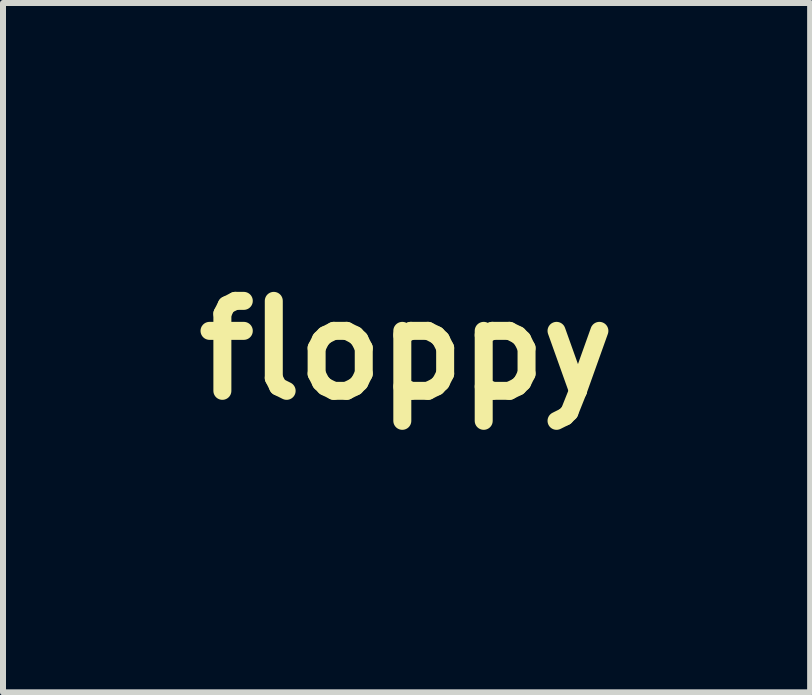
<source format=kicad_pcb>
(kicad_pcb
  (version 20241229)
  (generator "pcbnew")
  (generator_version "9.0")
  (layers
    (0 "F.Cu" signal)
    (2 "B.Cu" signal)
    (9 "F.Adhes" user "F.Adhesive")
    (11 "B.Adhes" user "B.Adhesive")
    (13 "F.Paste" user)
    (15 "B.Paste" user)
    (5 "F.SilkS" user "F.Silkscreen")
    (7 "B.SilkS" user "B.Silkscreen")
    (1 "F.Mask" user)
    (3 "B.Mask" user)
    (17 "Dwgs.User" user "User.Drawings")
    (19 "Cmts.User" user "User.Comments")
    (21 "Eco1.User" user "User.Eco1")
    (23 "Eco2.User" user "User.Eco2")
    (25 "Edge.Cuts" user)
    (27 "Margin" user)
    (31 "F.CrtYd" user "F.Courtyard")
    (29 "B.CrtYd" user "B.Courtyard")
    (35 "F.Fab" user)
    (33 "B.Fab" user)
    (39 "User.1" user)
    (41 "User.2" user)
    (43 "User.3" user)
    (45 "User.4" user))
  (footprint "floppy"
    (layer "F.Cu")
    (at 3.729 2.788)
    (property "Reference" "floppy" (at 0 0 0) (layer "F.SilkS") (effects (font (size 1.5 1.5) (thickness 0.3))))
    (attr board_only exclude_from_pos_files exclude_from_bom)
    (fp_poly (pts (xy -2.523 -2.733) (xy -2.526 -2.73) (xy -2.53 -2.733) (xy -2.526 -2.737)) (stroke (width 0) (type solid)) (fill yes) (layer "F.Mask"))
    (fp_poly (pts (xy -2.466 1.351) (xy -2.469 1.354) (xy -2.473 1.351) (xy -2.469 1.347)) (stroke (width 0) (type solid)) (fill yes) (layer "F.Mask"))
    (fp_poly (pts (xy -2.789 -0.486) (xy -2.788 -0.472) (xy -2.789 -0.469) (xy -2.792 -0.468) (xy -2.793 -0.477) (xy -2.791 -0.488)) (stroke (width 0) (type solid)) (fill yes) (layer "F.Mask"))
    (fp_poly (pts (xy -2.76 -0.636) (xy -2.759 -0.624) (xy -2.761 -0.622) (xy -2.764 -0.624) (xy -2.765 -0.631) (xy -2.763 -0.639)) (stroke (width 0) (type solid)) (fill yes) (layer "F.Mask"))
    (fp_poly (pts (xy -2.753 -0.672) (xy -2.752 -0.657) (xy -2.753 -0.654) (xy -2.756 -0.653) (xy -2.757 -0.663) (xy -2.756 -0.673)) (stroke (width 0) (type solid)) (fill yes) (layer "F.Mask"))
    (fp_poly (pts (xy -2.511 1.264) (xy -2.51 1.272) (xy -2.511 1.273) (xy -2.515 1.272) (xy -2.516 1.269) (xy -2.513 1.263)) (stroke (width 0) (type solid)) (fill yes) (layer "F.Mask"))
    (fp_poly (pts (xy 2.998 -0.881) (xy 2.999 -0.873) (xy 2.998 -0.872) (xy 2.994 -0.873) (xy 2.993 -0.877) (xy 2.996 -0.882)) (stroke (width 0) (type solid)) (fill yes) (layer "F.Mask"))
    (fp_poly (pts (xy -2.557 1.174) (xy -2.551 1.183) (xy -2.547 1.194) (xy -2.547 1.197) (xy -2.553 1.192) (xy -2.559 1.183) (xy -2.563 1.172) (xy -2.563 1.169)) (stroke (width 0) (type solid)) (fill yes) (layer "F.Mask"))
    (fp_poly (pts (xy -2.766 -0.607) (xy -2.765 -0.594) (xy -2.768 -0.576) (xy -2.773 -0.563) (xy -2.777 -0.56) (xy -2.777 -0.569) (xy -2.775 -0.581) (xy -2.771 -0.603) (xy -2.768 -0.612)) (stroke (width 0) (type solid)) (fill yes) (layer "F.Mask"))
    (fp_poly (pts (xy -2.538 1.211) (xy -2.533 1.221) (xy -2.526 1.236) (xy -2.525 1.244) (xy -2.525 1.244) (xy -2.529 1.241) (xy -2.536 1.229) (xy -2.543 1.212) (xy -2.543 1.206)) (stroke (width 0) (type solid)) (fill yes) (layer "F.Mask"))
    (fp_poly (pts (xy -2.776 -0.543) (xy -2.777 -0.528) (xy -2.777 -0.526) (xy -2.781 -0.506) (xy -2.785 -0.5) (xy -2.786 -0.508) (xy -2.787 -0.519) (xy -2.785 -0.536) (xy -2.78 -0.545) (xy -2.78 -0.545)) (stroke (width 0) (type solid)) (fill yes) (layer "F.Mask"))
    (fp_poly (pts (xy -2.794 -0.448) (xy -2.796 -0.425) (xy -2.796 -0.417) (xy -2.809 -0.28) (xy -2.815 -0.142) (xy -2.817 -0.006) (xy -2.814 0.125) (xy -2.805 0.248) (xy -2.793 0.346) (xy -2.777 0.448) (xy -2.76 0.543) (xy -2.742 0.629) (xy -2.723 0.704) (xy -2.712 0.741) (xy -2.705 0.764) (xy -2.696 0.795) (xy -2.687 0.826) (xy -2.687 0.827) (xy -2.678 0.855) (xy -2.665 0.893) (xy -2.649 0.936) (xy -2.633 0.982) (xy -2.616 1.027) (xy -2.6 1.067) (xy -2.587 1.1) (xy -2.579 1.118) (xy -2.571 1.138) (xy -2.568 1.153) (xy -2.568 1.157) (xy -2.572 1.158) (xy -2.577 1.151) (xy -2.581 1.14) (xy -2.59 1.118) (xy -2.603 1.088) (xy -2.617 1.054) (xy -2.623 1.041) (xy -2.672 0.915) (xy -2.714 0.788) (xy -2.75 0.656) (xy -2.781 0.516) (xy -2.806 0.365) (xy -2.813 0.321) (xy -2.818 0.278) (xy -2.821 0.223) (xy -2.824 0.16) (xy -2.826 0.09) (xy -2.826 0.016) (xy -2.826 -0.059) (xy -2.825 -0.133) (xy -2.823 -0.202) (xy -2.82 -0.266) (xy -2.817 -0.32) (xy -2.813 -0.356) (xy -2.807 -0.393) (xy -2.802 -0.423) (xy -2.798 -0.444) (xy -2.795 -0.456) (xy -2.794 -0.458)) (stroke (width 0) (type solid)) (fill yes) (layer "F.Mask"))
    (fp_poly (pts (xy 0.002 -2.788) (xy 0.062 -2.788) (xy 0.121 -2.786) (xy 0.177 -2.785) (xy 0.228 -2.783) (xy 0.273 -2.78) (xy 0.31 -2.777) (xy 0.335 -2.773) (xy 0.349 -2.769) (xy 0.358 -2.767) (xy 0.378 -2.763) (xy 0.406 -2.759) (xy 0.439 -2.754) (xy 0.474 -2.75) (xy 0.508 -2.746) (xy 0.537 -2.742) (xy 0.559 -2.74) (xy 0.561 -2.74) (xy 0.58 -2.737) (xy 0.593 -2.732) (xy 0.607 -2.727) (xy 0.624 -2.724) (xy 0.646 -2.72) (xy 0.663 -2.715) (xy 0.68 -2.71) (xy 0.704 -2.705) (xy 0.723 -2.701) (xy 0.746 -2.697) (xy 0.763 -2.692) (xy 0.769 -2.688) (xy 0.779 -2.683) (xy 0.798 -2.676) (xy 0.825 -2.669) (xy 0.855 -2.662) (xy 0.877 -2.658) (xy 0.912 -2.651) (xy 0.936 -2.645) (xy 0.949 -2.639) (xy 0.952 -2.636) (xy 0.961 -2.632) (xy 0.978 -2.63) (xy 0.981 -2.63) (xy 1 -2.627) (xy 1.009 -2.619) (xy 1.01 -2.616) (xy 1.016 -2.608) (xy 1.03 -2.602) (xy 1.052 -2.599) (xy 1.081 -2.593) (xy 1.113 -2.583) (xy 1.129 -2.576) (xy 1.151 -2.567) (xy 1.169 -2.56) (xy 1.177 -2.558) (xy 1.188 -2.554) (xy 1.206 -2.545) (xy 1.219 -2.537) (xy 1.239 -2.525) (xy 1.267 -2.509) (xy 1.3 -2.492) (xy 1.322 -2.48) (xy 1.362 -2.46) (xy 1.393 -2.443) (xy 1.421 -2.428) (xy 1.449 -2.41) (xy 1.479 -2.391) (xy 1.506 -2.374) (xy 1.536 -2.355) (xy 1.554 -2.344) (xy 1.58 -2.328) (xy 1.605 -2.31) (xy 1.618 -2.299) (xy 1.644 -2.277) (xy 1.663 -2.262) (xy 1.678 -2.252) (xy 1.693 -2.243) (xy 1.702 -2.238) (xy 1.72 -2.226) (xy 1.732 -2.214) (xy 1.734 -2.21) (xy 1.743 -2.196) (xy 1.754 -2.189) (xy 1.768 -2.181) (xy 1.789 -2.167) (xy 1.814 -2.148) (xy 1.84 -2.127) (xy 1.862 -2.108) (xy 1.878 -2.093) (xy 1.892 -2.079) (xy 1.911 -2.061) (xy 1.921 -2.052) (xy 1.942 -2.031) (xy 1.97 -2.004) (xy 2 -1.973) (xy 2.032 -1.94) (xy 2.063 -1.907) (xy 2.089 -1.879) (xy 2.109 -1.856) (xy 2.117 -1.846) (xy 2.134 -1.826) (xy 2.149 -1.807) (xy 2.156 -1.8) (xy 2.169 -1.784) (xy 2.187 -1.762) (xy 2.208 -1.736) (xy 2.228 -1.71) (xy 2.245 -1.689) (xy 2.252 -1.678) (xy 2.261 -1.665) (xy 2.275 -1.644) (xy 2.294 -1.616) (xy 2.315 -1.584) (xy 2.337 -1.551) (xy 2.358 -1.519) (xy 2.375 -1.492) (xy 2.388 -1.472) (xy 2.391 -1.468) (xy 2.414 -1.43) (xy 2.442 -1.379) (xy 2.475 -1.315) (xy 2.513 -1.238) (xy 2.555 -1.151) (xy 2.572 -1.113) (xy 2.591 -1.066) (xy 2.611 -1.014) (xy 2.631 -0.959) (xy 2.649 -0.906) (xy 2.665 -0.858) (xy 2.676 -0.82) (xy 2.677 -0.816) (xy 2.685 -0.784) (xy 2.694 -0.751) (xy 2.698 -0.734) (xy 2.71 -0.689) (xy 2.721 -0.637) (xy 2.733 -0.581) (xy 2.744 -0.524) (xy 2.753 -0.468) (xy 2.761 -0.416) (xy 2.767 -0.37) (xy 2.771 -0.334) (xy 2.772 -0.31) (xy 2.774 -0.283) (xy 2.778 -0.255) (xy 2.779 -0.253) (xy 2.781 -0.238) (xy 2.783 -0.212) (xy 2.785 -0.177) (xy 2.786 -0.137) (xy 2.787 -0.093) (xy 2.788 -0.05) (xy 2.788 -0.01) (xy 2.787 0.024) (xy 2.786 0.046) (xy 2.785 0.07) (xy 2.785 0.087) (xy 2.783 0.102) (xy 2.778 0.107) (xy 2.775 0.114) (xy 2.773 0.132) (xy 2.772 0.159) (xy 2.772 0.169) (xy 2.773 0.204) (xy 2.773 0.23) (xy 2.771 0.249) (xy 2.768 0.267) (xy 2.764 0.289) (xy 2.761 0.302) (xy 2.756 0.328) (xy 2.754 0.352) (xy 2.755 0.364) (xy 2.755 0.386) (xy 2.748 0.396) (xy 2.74 0.407) (xy 2.737 0.416) (xy 2.741 0.418) (xy 2.744 0.417) (xy 2.748 0.418) (xy 2.746 0.426) (xy 2.739 0.438) (xy 2.732 0.448) (xy 2.726 0.46) (xy 2.722 0.481) (xy 2.721 0.487) (xy 2.719 0.518) (xy 2.717 0.538) (xy 2.715 0.543) (xy 2.713 0.555) (xy 2.713 0.555) (xy 2.707 0.566) (xy 2.706 0.567) (xy 2.702 0.578) (xy 2.701 0.588) (xy 2.697 0.606) (xy 2.691 0.617) (xy 2.684 0.634) (xy 2.684 0.646) (xy 2.682 0.663) (xy 2.676 0.672) (xy 2.668 0.689) (xy 2.669 0.698) (xy 2.669 0.714) (xy 2.662 0.734) (xy 2.661 0.736) (xy 2.649 0.76) (xy 2.641 0.776) (xy 2.638 0.787) (xy 2.637 0.798) (xy 2.637 0.801) (xy 2.633 0.819) (xy 2.626 0.829) (xy 2.617 0.844) (xy 2.611 0.864) (xy 2.611 0.864) (xy 2.606 0.882) (xy 2.601 0.894) (xy 2.601 0.895) (xy 2.596 0.905) (xy 2.59 0.925) (xy 2.587 0.937) (xy 2.58 0.959) (xy 2.573 0.976) (xy 2.569 0.98) (xy 2.562 0.991) (xy 2.554 1.01) (xy 2.549 1.023) (xy 2.539 1.053) (xy 2.528 1.081) (xy 2.517 1.105) (xy 2.508 1.121) (xy 2.502 1.126) (xy 2.496 1.132) (xy 2.489 1.147) (xy 2.487 1.153) (xy 2.479 1.174) (xy 2.47 1.192) (xy 2.468 1.194) (xy 2.461 1.21) (xy 2.459 1.22) (xy 2.456 1.231) (xy 2.453 1.233) (xy 2.447 1.239) (xy 2.438 1.254) (xy 2.434 1.262) (xy 2.42 1.286) (xy 2.404 1.306) (xy 2.4 1.31) (xy 2.387 1.325) (xy 2.381 1.338) (xy 2.38 1.339) (xy 2.376 1.352) (xy 2.366 1.365) (xy 2.355 1.383) (xy 2.35 1.399) (xy 2.346 1.414) (xy 2.34 1.421) (xy 2.332 1.429) (xy 2.322 1.445) (xy 2.319 1.452) (xy 2.305 1.475) (xy 2.287 1.498) (xy 2.283 1.502) (xy 2.268 1.519) (xy 2.257 1.536) (xy 2.255 1.541) (xy 2.248 1.554) (xy 2.234 1.574) (xy 2.216 1.596) (xy 2.215 1.597) (xy 2.199 1.617) (xy 2.186 1.633) (xy 2.181 1.643) (xy 2.181 1.643) (xy 2.175 1.652) (xy 2.167 1.659) (xy 2.155 1.67) (xy 2.152 1.678) (xy 2.146 1.688) (xy 2.14 1.692) (xy 2.128 1.701) (xy 2.116 1.717) (xy 2.114 1.721) (xy 2.104 1.737) (xy 2.096 1.746) (xy 2.095 1.746) (xy 2.089 1.751) (xy 2.076 1.765) (xy 2.059 1.786) (xy 2.048 1.8) (xy 2.03 1.823) (xy 2.014 1.841) (xy 2.004 1.851) (xy 2.001 1.853) (xy 1.994 1.858) (xy 1.98 1.871) (xy 1.958 1.891) (xy 1.932 1.916) (xy 1.911 1.937) (xy 1.859 1.986) (xy 1.811 2.029) (xy 1.763 2.069) (xy 1.711 2.108) (xy 1.695 2.121) (xy 1.676 2.138) (xy 1.672 2.141) (xy 1.653 2.158) (xy 1.629 2.176) (xy 1.604 2.194) (xy 1.58 2.209) (xy 1.562 2.22) (xy 1.552 2.224) (xy 1.541 2.229) (xy 1.527 2.241) (xy 1.526 2.241) (xy 1.513 2.254) (xy 1.503 2.259) (xy 1.503 2.259) (xy 1.494 2.263) (xy 1.476 2.272) (xy 1.452 2.285) (xy 1.424 2.3) (xy 1.397 2.316) (xy 1.371 2.331) (xy 1.352 2.343) (xy 1.341 2.351) (xy 1.34 2.352) (xy 1.332 2.357) (xy 1.315 2.366) (xy 1.301 2.373) (xy 1.28 2.383) (xy 1.266 2.392) (xy 1.261 2.395) (xy 1.253 2.4) (xy 1.237 2.409) (xy 1.229 2.412) (xy 1.206 2.423) (xy 1.178 2.436) (xy 1.165 2.442) (xy 1.143 2.451) (xy 1.127 2.457) (xy 1.12 2.459) (xy 1.109 2.463) (xy 1.103 2.469) (xy 1.092 2.475) (xy 1.071 2.485) (xy 1.045 2.495) (xy 1.037 2.497) (xy 1.006 2.508) (xy 0.975 2.52) (xy 0.952 2.529) (xy 0.95 2.53) (xy 0.928 2.539) (xy 0.909 2.544) (xy 0.903 2.544) (xy 0.886 2.548) (xy 0.867 2.558) (xy 0.866 2.559) (xy 0.847 2.568) (xy 0.831 2.573) (xy 0.83 2.573) (xy 0.813 2.576) (xy 0.787 2.583) (xy 0.758 2.593) (xy 0.731 2.604) (xy 0.731 2.605) (xy 0.709 2.612) (xy 0.684 2.617) (xy 0.678 2.618) (xy 0.657 2.622) (xy 0.64 2.628) (xy 0.637 2.63) (xy 0.622 2.635) (xy 0.601 2.635) (xy 0.569 2.636) (xy 0.55 2.641) (xy 0.525 2.649) (xy 0.498 2.654) (xy 0.492 2.655) (xy 0.469 2.657) (xy 0.439 2.662) (xy 0.406 2.667) (xy 0.399 2.668) (xy 0.361 2.674) (xy 0.318 2.678) (xy 0.278 2.681) (xy 0.274 2.681) (xy 0.245 2.682) (xy 0.222 2.685) (xy 0.208 2.688) (xy 0.206 2.689) (xy 0.196 2.693) (xy 0.178 2.697) (xy 0.163 2.698) (xy 0.132 2.7) (xy 0.098 2.703) (xy 0.088 2.704) (xy 0.066 2.705) (xy 0.051 2.704) (xy 0.048 2.704) (xy 0.04 2.702) (xy 0.021 2.701) (xy -0.008 2.7) (xy -0.044 2.698) (xy -0.072 2.697) (xy -0.118 2.696) (xy -0.165 2.694) (xy -0.209 2.693) (xy -0.245 2.691) (xy -0.257 2.691) (xy -0.289 2.689) (xy -0.318 2.686) (xy -0.34 2.682) (xy -0.346 2.68) (xy -0.374 2.671) (xy -0.407 2.665) (xy -0.444 2.663) (xy -0.463 2.661) (xy -0.476 2.658) (xy -0.477 2.656) (xy -0.483 2.653) (xy -0.491 2.655) (xy -0.506 2.655) (xy -0.528 2.651) (xy -0.54 2.647) (xy -0.563 2.64) (xy -0.584 2.636) (xy -0.592 2.635) (xy -0.605 2.633) (xy -0.335 2.633) (xy -0.331 2.637) (xy -0.328 2.633) (xy -0.331 2.63) (xy -0.335 2.633) (xy -0.605 2.633) (xy -0.609 2.633) (xy -0.617 2.629) (xy -0.629 2.624) (xy -0.649 2.62) (xy -0.664 2.618) (xy -0.692 2.613) (xy -0.719 2.605) (xy -0.52 2.605) (xy -0.517 2.608) (xy -0.516 2.608) (xy -0.057 2.608) (xy -0.052 2.615) (xy -0.05 2.616) (xy -0.043 2.613) (xy -0.043 2.612) (xy -0.044 2.611) (xy 0.024 2.611) (xy 0.025 2.615) (xy 0.029 2.616) (xy 0.034 2.613) (xy 0.033 2.611) (xy 0.025 2.61) (xy 0.024 2.611) (xy -0.044 2.611) (xy -0.048 2.606) (xy -0.05 2.605) (xy -0.056 2.605) (xy -0.057 2.608) (xy -0.516 2.608) (xy -0.513 2.605) (xy -0.517 2.601) (xy -0.52 2.605) (xy -0.719 2.605) (xy -0.719 2.605) (xy -0.729 2.6) (xy -0.751 2.592) (xy -0.763 2.591) (xy 0.399 2.591) (xy 0.403 2.594) (xy 0.406 2.591) (xy 0.403 2.587) (xy 0.399 2.591) (xy -0.763 2.591) (xy -0.768 2.59) (xy -0.77 2.591) (xy -0.781 2.591) (xy -0.784 2.588) (xy -0.79 2.582) (xy -0.792 2.582) (xy -0.66 2.582) (xy -0.659 2.587) (xy -0.656 2.587) (xy -0.65 2.584) (xy -0.651 2.582) (xy -0.659 2.581) (xy -0.66 2.582) (xy -0.792 2.582) (xy -0.8 2.582) (xy -0.813 2.58) (xy -0.816 2.57) (xy -0.816 2.569) (xy 0.477 2.569) (xy 0.481 2.573) (xy 0.485 2.569) (xy 0.481 2.566) (xy 0.477 2.569) (xy -0.816 2.569) (xy -0.822 2.558) (xy -0.755 2.558) (xy -0.75 2.565) (xy -0.748 2.566) (xy -0.741 2.563) (xy -0.741 2.563) (xy -0.742 2.562) (xy -0.535 2.562) (xy -0.531 2.566) (xy -0.527 2.562) (xy -0.531 2.559) (xy -0.535 2.562) (xy -0.742 2.562) (xy -0.746 2.556) (xy -0.748 2.555) (xy -0.755 2.556) (xy -0.755 2.558) (xy -0.822 2.558) (xy -0.823 2.557) (xy -0.835 2.551) (xy -0.848 2.549) (xy -0.851 2.553) (xy -0.85 2.557) (xy -0.849 2.563) (xy -0.856 2.565) (xy -0.873 2.563) (xy -0.881 2.562) (xy -0.902 2.558) (xy -0.917 2.553) (xy -0.92 2.55) (xy -0.929 2.546) (xy -0.932 2.547) (xy -0.942 2.546) (xy -0.947 2.541) (xy -0.95 2.54) (xy -0.689 2.54) (xy -0.688 2.544) (xy -0.684 2.544) (xy -0.678 2.542) (xy -0.679 2.54) (xy -0.688 2.539) (xy -0.689 2.54) (xy -0.95 2.54) (xy -0.96 2.533) (xy -0.961 2.532) (xy -0.91 2.532) (xy -0.909 2.537) (xy -0.905 2.537) (xy -0.899 2.535) (xy -0.9 2.532) (xy -0.909 2.532) (xy -0.91 2.532) (xy -0.961 2.532) (xy -0.975 2.528) (xy -0.979 2.526) (xy -0.862 2.526) (xy -0.859 2.53) (xy -0.777 2.53) (xy -0.774 2.537) (xy -0.774 2.537) (xy -0.768 2.532) (xy -0.766 2.53) (xy -0.767 2.523) (xy -0.769 2.523) (xy -0.777 2.528) (xy -0.777 2.53) (xy -0.859 2.53) (xy -0.855 2.526) (xy -0.859 2.523) (xy -0.862 2.526) (xy -0.979 2.526) (xy -0.993 2.521) (xy -0.997 2.519) (xy -0.934 2.519) (xy -0.93 2.523) (xy -0.926 2.519) (xy -0.93 2.516) (xy -0.934 2.519) (xy -0.997 2.519) (xy -1.015 2.51) (xy -1.022 2.505) (xy -1.022 2.505) (xy -0.891 2.505) (xy -0.887 2.509) (xy -0.884 2.505) (xy -0.887 2.502) (xy -0.891 2.505) (xy -1.022 2.505) (xy -1.036 2.498) (xy -1.005 2.498) (xy -1.001 2.502) (xy -0.998 2.498) (xy -1.001 2.494) (xy -1.005 2.498) (xy -1.036 2.498) (xy -1.047 2.492) (xy -1.075 2.484) (xy -1.082 2.482) (xy -1.114 2.476) (xy -1.141 2.465) (xy -1.155 2.455) (xy -1.033 2.455) (xy -1.03 2.459) (xy -1.026 2.455) (xy -1.03 2.452) (xy -1.033 2.455) (xy -1.155 2.455) (xy -1.16 2.452) (xy -1.163 2.448) (xy -1.133 2.448) (xy -1.13 2.452) (xy -1.126 2.448) (xy -1.09 2.448) (xy -1.087 2.452) (xy -1.083 2.448) (xy -1.087 2.445) (xy -1.09 2.448) (xy -1.126 2.448) (xy -1.13 2.445) (xy -1.133 2.448) (xy -1.163 2.448) (xy -1.164 2.447) (xy -1.172 2.441) (xy 0.926 2.441) (xy 0.93 2.445) (xy 0.934 2.441) (xy 0.93 2.437) (xy 0.926 2.441) (xy -1.172 2.441) (xy -1.175 2.439) (xy -1.185 2.437) (xy -1.2 2.434) (xy -1.201 2.434) (xy -1.162 2.434) (xy -1.158 2.437) (xy -1.155 2.434) (xy -1.158 2.43) (xy -1.162 2.434) (xy -1.201 2.434) (xy -1.222 2.425) (xy -1.233 2.42) (xy -1.257 2.407) (xy -1.267 2.402) (xy -1.197 2.402) (xy -1.194 2.413) (xy -1.19 2.416) (xy -1.184 2.41) (xy -1.183 2.402) (xy -1.186 2.39) (xy -1.186 2.39) (xy 1.071 2.39) (xy 1.072 2.394) (xy 1.076 2.395) (xy 1.082 2.392) (xy 1.081 2.39) (xy 1.072 2.389) (xy 1.071 2.39) (xy -1.186 2.39) (xy -1.19 2.387) (xy -1.196 2.393) (xy -1.197 2.402) (xy -1.267 2.402) (xy -1.28 2.395) (xy -1.287 2.392) (xy -1.304 2.381) (xy -1.313 2.371) (xy -1.314 2.37) (xy -1.316 2.368) (xy -1.216 2.368) (xy -1.215 2.373) (xy -1.212 2.373) (xy -1.206 2.371) (xy -1.207 2.368) (xy -1.215 2.368) (xy -1.216 2.368) (xy -1.316 2.368) (xy -1.323 2.362) (xy -1.34 2.356) (xy -1.345 2.355) (xy -1.368 2.348) (xy -1.388 2.338) (xy -1.39 2.337) (xy -1.408 2.325) (xy -1.433 2.309) (xy -1.462 2.291) (xy -1.484 2.277) (xy -1.495 2.27) (xy -1.454 2.27) (xy -1.45 2.273) (xy -1.447 2.27) (xy -1.45 2.266) (xy -1.454 2.27) (xy -1.495 2.27) (xy -1.505 2.264) (xy -1.534 2.244) (xy -1.547 2.235) (xy -1.451 2.235) (xy -1.45 2.238) (xy -1.443 2.244) (xy -1.434 2.245) (xy -1.432 2.242) (xy -1.438 2.238) (xy -1.444 2.235) (xy -1.451 2.235) (xy -1.547 2.235) (xy -1.558 2.227) (xy -1.318 2.227) (xy -1.315 2.231) (xy -1.311 2.227) (xy -1.315 2.224) (xy -1.318 2.227) (xy -1.558 2.227) (xy -1.566 2.221) (xy -1.599 2.198) (xy -1.628 2.177) (xy -1.649 2.16) (xy -1.65 2.16) (xy -1.675 2.14) (xy -1.702 2.121) (xy -1.717 2.111) (xy -1.741 2.095) (xy -1.764 2.077) (xy -1.771 2.07) (xy -1.786 2.056) (xy -1.746 2.056) (xy -1.743 2.06) (xy -1.739 2.056) (xy -1.743 2.053) (xy -1.746 2.056) (xy -1.786 2.056) (xy -1.791 2.052) (xy -1.814 2.033) (xy -1.821 2.028) (xy -1.834 2.017) (xy -1.853 1.999) (xy -1.879 1.975) (xy -1.908 1.946) (xy -1.94 1.915) (xy -1.973 1.882) (xy -2.005 1.85) (xy -2.034 1.819) (xy -2.059 1.793) (xy -2.079 1.772) (xy -2.092 1.757) (xy -2.095 1.752) (xy -2.1 1.744) (xy -2.113 1.729) (xy -2.131 1.709) (xy -2.147 1.692) (xy -2.17 1.667) (xy -2.19 1.643) (xy -2.204 1.624) (xy -2.208 1.616) (xy -2.218 1.597) (xy -2.227 1.582) (xy -2.228 1.582) (xy -2.244 1.562) (xy -2.265 1.536) (xy -2.287 1.506) (xy -2.31 1.473) (xy -2.331 1.442) (xy -2.35 1.413) (xy -2.364 1.389) (xy -2.372 1.374) (xy -2.373 1.369) (xy -2.378 1.362) (xy -2.38 1.361) (xy -2.386 1.355) (xy -2.396 1.34) (xy -2.408 1.318) (xy -2.409 1.317) (xy -2.426 1.282) (xy -2.439 1.259) (xy -2.448 1.245) (xy -2.453 1.24) (xy -2.458 1.231) (xy -2.463 1.217) (xy -2.468 1.203) (xy -2.473 1.197) (xy -2.476 1.194) (xy -2.316 1.194) (xy -2.313 1.197) (xy -2.309 1.194) (xy -2.313 1.19) (xy -2.316 1.194) (xy -2.476 1.194) (xy -2.479 1.191) (xy -2.487 1.176) (xy -2.494 1.161) (xy -2.506 1.136) (xy -2.523 1.106) (xy -2.538 1.082) (xy -2.551 1.059) (xy -2.56 1.04) (xy -2.563 1.029) (xy -2.562 1.028) (xy -2.563 1.022) (xy -2.566 1.023) (xy -2.572 1.021) (xy -2.574 1.014) (xy -2.576 0.999) (xy -2.577 0.994) (xy -2.579 0.981) (xy -2.579 0.978) (xy -2.586 0.97) (xy -2.591 0.969) (xy -2.6 0.965) (xy -2.6 0.952) (xy -2.599 0.94) (xy -2.602 0.937) (xy -2.607 0.934) (xy -2.612 0.922) (xy -2.617 0.904) (xy -2.626 0.881) (xy -2.629 0.874) (xy -2.637 0.855) (xy -2.647 0.825) (xy -2.659 0.789) (xy -2.672 0.75) (xy -2.684 0.712) (xy -2.694 0.678) (xy -2.702 0.65) (xy -2.706 0.636) (xy -2.71 0.619) (xy -2.716 0.609) (xy -2.716 0.609) (xy -2.721 0.6) (xy -2.722 0.584) (xy -2.724 0.568) (xy -2.729 0.56) (xy -2.733 0.551) (xy -2.737 0.533) (xy -2.737 0.531) (xy 2.701 0.531) (xy 2.705 0.535) (xy 2.708 0.531) (xy 2.705 0.527) (xy 2.701 0.531) (xy -2.737 0.531) (xy -2.739 0.519) (xy -2.745 0.474) (xy -2.749 0.441) (xy -2.753 0.418) (xy -2.756 0.406) (xy -2.758 0.394) (xy -2.761 0.376) (xy -2.765 0.352) (xy -2.769 0.32) (xy -2.773 0.279) (xy -2.779 0.226) (xy -2.786 0.167) (xy -2.787 0.143) (xy -2.788 0.11) (xy -2.295 0.11) (xy -2.291 0.114) (xy -2.288 0.11) (xy -2.291 0.107) (xy -2.295 0.11) (xy -2.788 0.11) (xy -2.788 0.108) (xy -2.789 0.066) (xy -2.789 0.022) (xy -2.789 0.007) (xy -2.295 0.007) (xy -2.292 0.013) (xy -2.29 0.012) (xy -2.289 0.003) (xy -2.29 0.002) (xy -2.294 0.003) (xy -2.295 0.007) (xy -2.789 0.007) (xy -2.789 0) (xy -2.788 -0.043) (xy -2.787 -0.085) (xy -2.787 -0.122) (xy -2.787 -0.15) (xy -2.787 -0.16) (xy -2.786 -0.19) (xy -2.784 -0.226) (xy -2.78 -0.266) (xy -2.776 -0.305) (xy -2.772 -0.342) (xy -2.767 -0.374) (xy -2.762 -0.397) (xy -2.759 -0.409) (xy -2.758 -0.41) (xy -2.753 -0.425) (xy -2.753 -0.435) (xy -2.754 -0.454) (xy -2.751 -0.466) (xy -2.747 -0.483) (xy -2.742 -0.507) (xy -2.741 -0.517) (xy -2.733 -0.577) (xy -2.727 -0.609) (xy -2.722 -0.62) (xy -2.717 -0.622) (xy -2.712 -0.626) (xy -2.713 -0.633) (xy -2.713 -0.647) (xy -2.708 -0.668) (xy -2.705 -0.677) (xy -2.697 -0.704) (xy -2.689 -0.735) (xy -2.687 -0.748) (xy -2.682 -0.779) (xy -2.678 -0.798) (xy -2.674 -0.811) (xy -2.668 -0.82) (xy -2.667 -0.822) (xy -2.293 -0.822) (xy -2.292 -0.78) (xy -2.291 -0.73) (xy -2.288 -0.669) (xy -2.285 -0.598) (xy -2.282 -0.514) (xy -2.28 -0.488) (xy -2.275 -0.374) (xy -2.27 -0.248) (xy -2.264 -0.114) (xy -2.258 0.025) (xy -2.252 0.167) (xy -2.252 0.167) (xy -2.249 0.223) (xy -2.247 0.266) (xy -2.244 0.299) (xy -2.241 0.325) (xy -2.238 0.345) (xy -2.233 0.362) (xy -2.23 0.373) (xy -2.207 0.417) (xy -2.173 0.456) (xy -2.133 0.486) (xy -2.088 0.507) (xy -2.06 0.513) (xy -2.048 0.514) (xy -2.034 0.515) (xy -2.017 0.515) (xy -1.995 0.515) (xy -1.967 0.515) (xy -1.931 0.514) (xy -1.886 0.512) (xy -1.83 0.51) (xy -1.761 0.507) (xy -1.732 0.506) (xy -1.677 0.503) (xy -1.62 0.501) (xy -1.566 0.499) (xy -1.516 0.497) (xy -1.477 0.495) (xy -1.468 0.495) (xy -1.43 0.493) (xy -1.393 0.491) (xy -1.363 0.489) (xy -1.343 0.488) (xy -1.342 0.487) (xy -1.322 0.485) (xy -1.31 0.484) (xy -1.308 0.484) (xy -1.299 0.481) (xy -1.281 0.473) (xy -1.259 0.46) (xy -1.235 0.447) (xy -1.213 0.434) (xy -1.198 0.423) (xy -1.193 0.42) (xy -1.181 0.405) (xy -1.168 0.384) (xy -1.16 0.369) (xy -1.15 0.346) (xy -1.141 0.322) (xy -1.136 0.301) (xy -1.134 0.286) (xy -1.135 0.279) (xy -1.138 0.28) (xy -1.14 0.275) (xy -1.143 0.259) (xy -1.144 0.235) (xy -1.145 0.222) (xy -1.145 0.189) (xy -1.145 0.18) (xy -0.539 0.18) (xy -0.538 0.195) (xy -0.535 0.208) (xy -0.524 0.252) (xy -0.509 0.287) (xy -0.489 0.318) (xy -0.477 0.331) (xy -0.451 0.355) (xy -0.422 0.374) (xy -0.385 0.389) (xy -0.338 0.402) (xy -0.319 0.407) (xy -0.283 0.415) (xy -0.24 0.424) (xy -0.196 0.434) (xy -0.171 0.44) (xy -0.128 0.449) (xy -0.078 0.46) (xy -0.03 0.472) (xy -0.004 0.478) (xy 0.044 0.489) (xy 0.081 0.497) (xy 0.109 0.502) (xy 0.131 0.505) (xy 0.149 0.505) (xy 0.166 0.503) (xy 0.185 0.5) (xy 0.192 0.498) (xy 0.227 0.486) (xy 0.264 0.464) (xy 0.27 0.46) (xy 0.3 0.433) (xy 0.324 0.402) (xy 0.344 0.362) (xy 0.359 0.313) (xy 0.371 0.261) (xy 0.378 0.228) (xy 0.384 0.198) (xy 0.39 0.175) (xy 0.393 0.165) (xy 0.401 0.14) (xy 0.41 0.109) (xy 0.416 0.079) (xy 0.42 0.054) (xy 0.42 0.047) (xy 0.422 0.033) (xy 0.427 0.008) (xy 0.434 -0.024) (xy 0.442 -0.06) (xy 0.443 -0.065) (xy 0.452 -0.103) (xy 0.458 -0.131) (xy 0.462 -0.152) (xy 0.462 -0.17) (xy 0.461 -0.188) (xy 0.457 -0.209) (xy 0.445 -0.259) (xy 0.427 -0.299) (xy 0.401 -0.336) (xy 0.39 -0.347) (xy 0.369 -0.366) (xy 0.344 -0.382) (xy 0.312 -0.396) (xy 0.272 -0.408) (xy 0.221 -0.421) (xy 0.207 -0.424) (xy 0.168 -0.433) (xy 0.128 -0.442) (xy 0.094 -0.451) (xy 0.075 -0.456) (xy 0.048 -0.464) (xy 0.024 -0.469) (xy 0.009 -0.471) (xy 0.009 -0.471) (xy -0.005 -0.472) (xy -0.028 -0.477) (xy -0.059 -0.483) (xy -0.084 -0.489) (xy -0.152 -0.503) (xy -0.21 -0.508) (xy -0.26 -0.503) (xy -0.303 -0.49) (xy -0.342 -0.466) (xy -0.378 -0.432) (xy -0.396 -0.41) (xy -0.407 -0.393) (xy -0.417 -0.371) (xy -0.426 -0.343) (xy -0.436 -0.306) (xy -0.447 -0.257) (xy -0.453 -0.231) (xy -0.46 -0.196) (xy -0.468 -0.166) (xy -0.474 -0.144) (xy -0.478 -0.133) (xy -0.478 -0.132) (xy -0.483 -0.12) (xy -0.485 -0.109) (xy -0.486 -0.097) (xy -0.49 -0.074) (xy -0.497 -0.041) (xy -0.505 -0.003) (xy -0.514 0.037) (xy -0.524 0.084) (xy -0.532 0.119) (xy -0.536 0.145) (xy -0.539 0.165) (xy -0.539 0.18) (xy -1.145 0.18) (xy -1.146 0.147) (xy -1.147 0.099) (xy -1.149 0.047) (xy -1.15 -0.007) (xy -1.151 -0.06) (xy -1.153 -0.111) (xy -1.154 -0.157) (xy -1.156 -0.195) (xy -1.157 -0.224) (xy -1.158 -0.241) (xy -1.158 -0.242) (xy -1.159 -0.259) (xy -1.16 -0.287) (xy -1.161 -0.324) (xy -1.163 -0.368) (xy -1.164 -0.416) (xy -1.165 -0.438) (xy -1.166 -0.488) (xy -1.167 -0.509) (xy -0.012 -0.509) (xy -0.011 -0.506) (xy -0.004 -0.499) (xy -0.003 -0.499) (xy -0.002 -0.5) (xy 0.032 -0.5) (xy 0.037 -0.495) (xy 0.053 -0.49) (xy 0.074 -0.486) (xy 0.095 -0.483) (xy 0.108 -0.479) (xy 0.111 -0.477) (xy 0.119 -0.471) (xy 0.127 -0.473) (xy 0.128 -0.477) (xy 0.123 -0.484) (xy 0.118 -0.485) (xy 0.118 -0.485) (xy 0.146 -0.485) (xy 0.148 -0.479) (xy 0.153 -0.477) (xy 0.163 -0.479) (xy 0.164 -0.481) (xy 0.159 -0.487) (xy 0.149 -0.487) (xy 0.146 -0.485) (xy 0.118 -0.485) (xy 0.106 -0.49) (xy 0.1 -0.495) (xy 0.086 -0.503) (xy 0.061 -0.506) (xy 0.058 -0.506) (xy 0.039 -0.504) (xy 0.032 -0.5) (xy -0.002 -0.5) (xy -0.000081 -0.504) (xy 0 -0.506) (xy -0.005 -0.513) (xy -0.008 -0.513) (xy -0.012 -0.509) (xy -1.167 -0.509) (xy -1.167 -0.515) (xy -0.055 -0.515) (xy -0.047 -0.514) (xy -0.041 -0.515) (xy -0.027 -0.518) (xy -0.021 -0.522) (xy -0.027 -0.527) (xy -0.039 -0.525) (xy -0.05 -0.52) (xy -0.055 -0.515) (xy -1.167 -0.515) (xy -1.168 -0.536) (xy -1.169 -0.579) (xy -1.171 -0.614) (xy -1.172 -0.638) (xy -1.173 -0.645) (xy -1.174 -0.663) (xy -1.176 -0.693) (xy -1.178 -0.733) (xy -1.18 -0.78) (xy -1.183 -0.833) (xy -1.185 -0.89) (xy -1.186 -0.91) (xy -1.19 -0.977) (xy -1.193 -1.031) (xy -1.196 -1.074) (xy -1.198 -1.106) (xy -1.201 -1.129) (xy -1.205 -1.145) (xy -1.208 -1.154) (xy -1.215 -1.17) (xy -1.219 -1.179) (xy -1.219 -1.179) (xy -1.219 -1.189) (xy -1.219 -1.189) (xy -1.223 -1.198) (xy -1.234 -1.214) (xy -1.249 -1.234) (xy -1.25 -1.236) (xy -1.272 -1.26) (xy -1.296 -1.281) (xy -1.32 -1.297) (xy -1.34 -1.306) (xy -1.352 -1.306) (xy -1.36 -1.307) (xy -1.361 -1.309) (xy -1.368 -1.312) (xy -1.384 -1.314) (xy -1.402 -1.314) (xy -1.423 -1.313) (xy -1.454 -1.312) (xy -1.494 -1.311) (xy -1.538 -1.309) (xy -1.579 -1.308) (xy -1.668 -1.305) (xy -1.743 -1.303) (xy -1.805 -1.3) (xy -1.851 -1.297) (xy -1.884 -1.294) (xy -1.902 -1.292) (xy -1.906 -1.29) (xy -1.917 -1.286) (xy -1.937 -1.282) (xy -1.946 -1.281) (xy -1.976 -1.274) (xy -2.014 -1.26) (xy -2.054 -1.239) (xy -2.095 -1.215) (xy -2.119 -1.198) (xy -2.151 -1.17) (xy -2.184 -1.134) (xy -2.215 -1.092) (xy -2.242 -1.051) (xy -2.259 -1.014) (xy -2.267 -0.992) (xy -2.275 -0.971) (xy -2.28 -0.952) (xy -2.285 -0.932) (xy -2.288 -0.911) (xy -2.291 -0.886) (xy -2.292 -0.857) (xy -2.293 -0.822) (xy -2.667 -0.822) (xy -2.663 -0.827) (xy -2.654 -0.841) (xy -2.653 -0.85) (xy -2.65 -0.862) (xy -2.643 -0.877) (xy -2.636 -0.893) (xy -2.628 -0.917) (xy -2.622 -0.943) (xy -2.617 -0.966) (xy -2.611 -0.984) (xy -2.607 -0.991) (xy -2.607 -0.991) (xy -2.603 -0.997) (xy -2.598 -1.013) (xy -2.597 -1.02) (xy -2.592 -1.039) (xy -2.585 -1.051) (xy -2.582 -1.053) (xy -2.575 -1.062) (xy -2.572 -1.075) (xy -2.568 -1.094) (xy -2.559 -1.115) (xy -2.558 -1.115) (xy -2.546 -1.136) (xy -2.535 -1.159) (xy -2.526 -1.178) (xy -2.523 -1.19) (xy -2.523 -1.191) (xy -2.519 -1.199) (xy -2.51 -1.216) (xy -2.501 -1.228) (xy -2.49 -1.248) (xy -2.484 -1.264) (xy -2.484 -1.27) (xy -2.482 -1.282) (xy -2.479 -1.286) (xy -1.996 -1.286) (xy -1.992 -1.283) (xy -1.988 -1.286) (xy -1.992 -1.29) (xy -1.996 -1.286) (xy -2.479 -1.286) (xy -2.472 -1.298) (xy -2.466 -1.304) (xy -2.452 -1.322) (xy -1.91 -1.322) (xy -1.906 -1.318) (xy -1.903 -1.322) (xy -1.906 -1.326) (xy -1.91 -1.322) (xy -2.452 -1.322) (xy -2.451 -1.324) (xy -2.441 -1.343) (xy -2.44 -1.348) (xy -2.434 -1.363) (xy -2.427 -1.368) (xy -2.42 -1.375) (xy -2.414 -1.39) (xy -2.413 -1.395) (xy -2.403 -1.419) (xy -2.387 -1.44) (xy -2.373 -1.456) (xy -2.366 -1.471) (xy -2.366 -1.473) (xy -2.361 -1.487) (xy -2.349 -1.503) (xy -2.348 -1.504) (xy -2.336 -1.518) (xy -2.331 -1.531) (xy -2.33 -1.532) (xy -2.326 -1.543) (xy -2.315 -1.56) (xy -2.299 -1.581) (xy -2.298 -1.582) (xy -2.279 -1.607) (xy -2.26 -1.632) (xy -2.247 -1.65) (xy -2.234 -1.669) (xy -2.222 -1.684) (xy -2.219 -1.688) (xy -2.211 -1.699) (xy -2.209 -1.704) (xy -2.205 -1.712) (xy -2.194 -1.728) (xy -2.179 -1.747) (xy -2.162 -1.768) (xy -2.146 -1.787) (xy -2.134 -1.8) (xy -2.13 -1.804) (xy -2.126 -1.813) (xy -2.128 -1.819) (xy -2.126 -1.829) (xy -2.111 -1.837) (xy -2.11 -1.837) (xy -2.095 -1.845) (xy -2.092 -1.854) (xy -2.093 -1.857) (xy -2.094 -1.866) (xy -2.087 -1.865) (xy -2.075 -1.867) (xy -2.06 -1.876) (xy -2.048 -1.887) (xy -2.045 -1.894) (xy -2.041 -1.901) (xy -2.027 -1.916) (xy -2.007 -1.937) (xy -1.981 -1.963) (xy -1.952 -1.992) (xy -1.922 -2.022) (xy -1.891 -2.052) (xy -1.872 -2.07) (xy -1.639 -2.07) (xy -1.636 -2.067) (xy -1.632 -2.07) (xy -1.636 -2.074) (xy -1.639 -2.07) (xy -1.872 -2.07) (xy -1.862 -2.079) (xy -1.837 -2.103) (xy -1.817 -2.121) (xy -1.81 -2.127) (xy -1.797 -2.136) (xy -1.779 -2.148) (xy -1.775 -2.151) (xy -1.756 -2.164) (xy -1.733 -2.183) (xy -1.718 -2.198) (xy -1.701 -2.215) (xy -1.687 -2.227) (xy -1.68 -2.231) (xy -1.672 -2.234) (xy -1.661 -2.243) (xy -1.652 -2.252) (xy -1.649 -2.258) (xy -1.65 -2.259) (xy -1.649 -2.262) (xy -1.637 -2.269) (xy -1.628 -2.273) (xy -1.606 -2.287) (xy -1.588 -2.304) (xy -1.585 -2.308) (xy -1.573 -2.325) (xy -1.565 -2.33) (xy -1.561 -2.325) (xy -1.561 -2.322) (xy -1.557 -2.319) (xy -1.55 -2.323) (xy -1.543 -2.333) (xy -1.543 -2.338) (xy -1.54 -2.341) (xy -1.531 -2.339) (xy -1.516 -2.341) (xy -1.51 -2.347) (xy -1.501 -2.357) (xy -1.496 -2.359) (xy -1.486 -2.363) (xy -1.47 -2.373) (xy -1.465 -2.377) (xy -1.448 -2.388) (xy -1.433 -2.394) (xy -1.43 -2.395) (xy -1.418 -2.4) (xy -1.411 -2.409) (xy -1.4 -2.419) (xy -1.381 -2.429) (xy -1.375 -2.431) (xy -1.355 -2.439) (xy -1.342 -2.449) (xy -1.34 -2.452) (xy -1.328 -2.463) (xy -1.313 -2.469) (xy -1.295 -2.477) (xy -1.274 -2.49) (xy -1.269 -2.494) (xy -1.246 -2.508) (xy -1.222 -2.517) (xy -1.217 -2.518) (xy -1.197 -2.524) (xy -1.183 -2.531) (xy -1.181 -2.533) (xy -1.171 -2.539) (xy -1.15 -2.549) (xy -1.125 -2.558) (xy -1.122 -2.559) (xy -1.098 -2.568) (xy -1.08 -2.576) (xy -1.071 -2.581) (xy -1.07 -2.582) (xy -1.062 -2.586) (xy -1.048 -2.587) (xy -1.03 -2.591) (xy -1.008 -2.601) (xy -1.002 -2.605) (xy -0.984 -2.616) (xy -0.969 -2.622) (xy -0.965 -2.623) (xy -0.95 -2.626) (xy -0.942 -2.63) (xy -0.926 -2.637) (xy -0.902 -2.645) (xy -0.878 -2.653) (xy -0.857 -2.658) (xy -0.85 -2.659) (xy -0.837 -2.662) (xy -0.816 -2.67) (xy -0.802 -2.676) (xy -0.781 -2.684) (xy -0.764 -2.689) (xy -0.758 -2.689) (xy -0.747 -2.689) (xy -0.727 -2.693) (xy -0.703 -2.7) (xy -0.679 -2.708) (xy -0.661 -2.716) (xy -0.661 -2.716) (xy -0.647 -2.72) (xy -0.625 -2.722) (xy -0.615 -2.722) (xy -0.59 -2.725) (xy -0.568 -2.73) (xy -0.562 -2.732) (xy -0.545 -2.739) (xy -0.519 -2.744) (xy -0.498 -2.747) (xy -0.474 -2.751) (xy -0.456 -2.755) (xy -0.449 -2.759) (xy -0.441 -2.761) (xy -0.421 -2.764) (xy -0.394 -2.766) (xy -0.369 -2.768) (xy -0.337 -2.77) (xy -0.31 -2.772) (xy -0.292 -2.774) (xy -0.286 -2.776) (xy -0.272 -2.779) (xy -0.246 -2.782) (xy -0.21 -2.785) (xy -0.165 -2.787) (xy -0.114 -2.788) (xy -0.058 -2.788)) (stroke (width 0) (type solid)) (fill yes) (layer "F.Mask")))
  (gr_rect
    (start -3 -3)
    (end 10.457 8.493)
    (stroke (width 0.1) (type default))
    (fill no)
    (layer "Edge.Cuts")))
</source>
